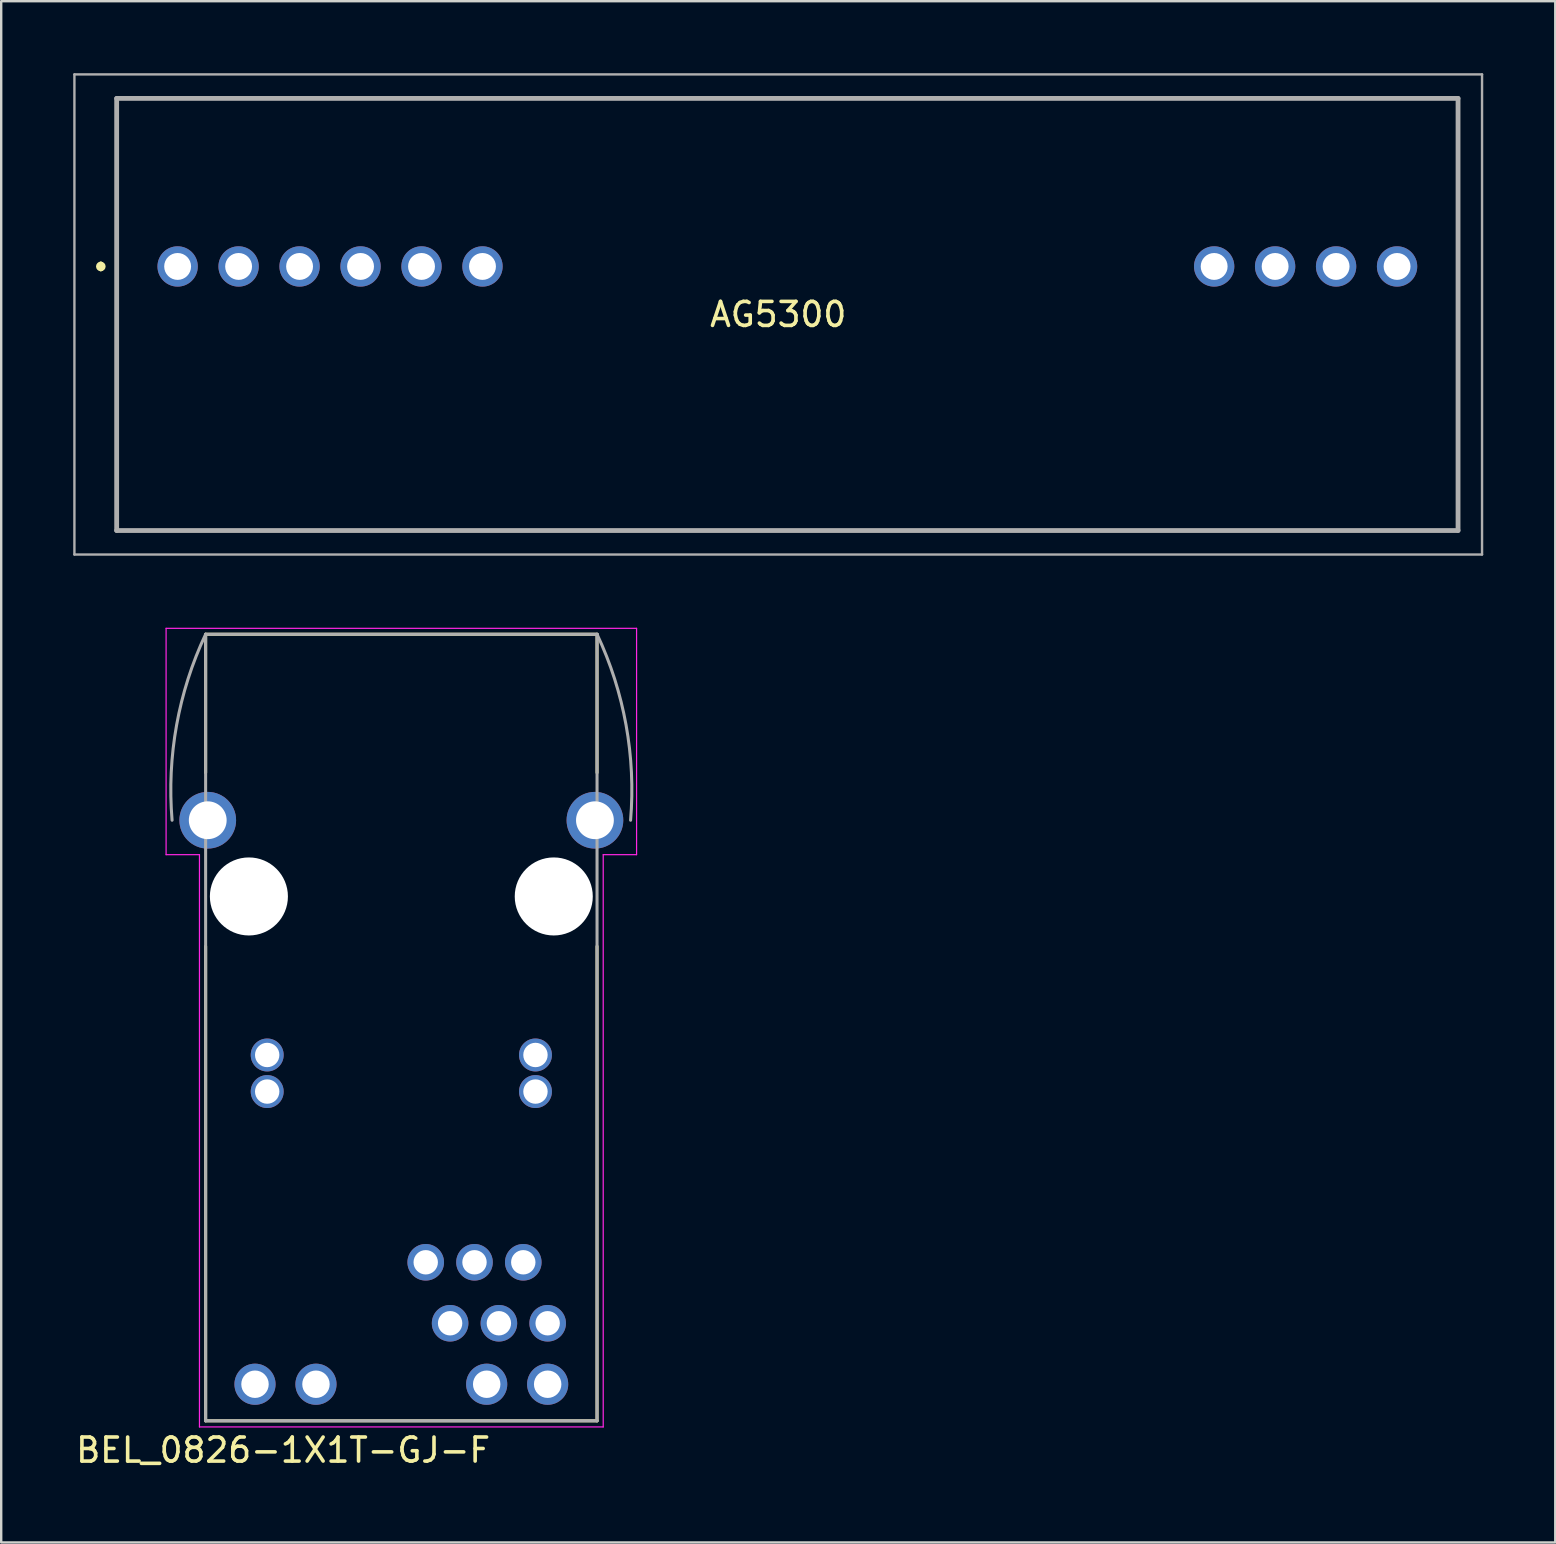
<source format=kicad_pcb>
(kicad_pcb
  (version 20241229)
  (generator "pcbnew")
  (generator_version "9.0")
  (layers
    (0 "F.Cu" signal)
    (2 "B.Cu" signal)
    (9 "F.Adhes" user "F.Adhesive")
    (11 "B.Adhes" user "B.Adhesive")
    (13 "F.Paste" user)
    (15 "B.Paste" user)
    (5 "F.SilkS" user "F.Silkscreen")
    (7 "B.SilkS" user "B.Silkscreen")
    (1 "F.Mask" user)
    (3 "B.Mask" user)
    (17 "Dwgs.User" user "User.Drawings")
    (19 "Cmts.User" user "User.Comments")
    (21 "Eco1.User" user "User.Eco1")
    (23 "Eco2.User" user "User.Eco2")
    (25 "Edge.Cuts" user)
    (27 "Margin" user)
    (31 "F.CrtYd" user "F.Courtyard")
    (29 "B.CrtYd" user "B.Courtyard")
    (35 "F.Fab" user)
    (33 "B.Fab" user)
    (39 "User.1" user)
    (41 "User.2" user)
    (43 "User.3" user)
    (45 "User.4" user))
  (footprint "AG5300"
    (layer "F.Cu")
    (at 29.37 10.05)
    (property "Reference" "AG5300" (at 0 0 0) (layer "F.SilkS") (effects (font (size 1 1) (thickness 0.15))))
    (attr through_hole)
    (fp_line (start -28.22 -2.1) (end -28.22 -2.1) (stroke (width 0.2) (type solid)) (layer "F.SilkS"))
    (fp_line (start -28.22 -1.9) (end -28.22 -1.9) (stroke (width 0.2) (type solid)) (layer "F.SilkS"))
    (fp_line (start -27.56 -9) (end 28.32 -9) (stroke (width 0.1) (type solid)) (layer "F.SilkS"))
    (fp_line (start -27.56 9) (end -27.56 -9) (stroke (width 0.1) (type solid)) (layer "F.SilkS"))
    (fp_line (start 28.32 -9) (end 28.32 9) (stroke (width 0.1) (type solid)) (layer "F.SilkS"))
    (fp_line (start 28.32 9) (end -27.56 9) (stroke (width 0.1) (type solid)) (layer "F.SilkS"))
    (fp_arc (start -28.22 -2.1) (mid -28.12 -2) (end -28.22 -1.9) (stroke (width 0.2) (type solid)) (layer "F.SilkS"))
    (fp_arc (start -28.22 -1.9) (mid -28.32 -2) (end -28.22 -2.1) (stroke (width 0.2) (type solid)) (layer "F.SilkS"))
    (fp_line (start -29.32 -10) (end 29.32 -10) (stroke (width 0.1) (type solid)) (layer "F.Fab"))
    (fp_line (start -29.32 10) (end -29.32 -10) (stroke (width 0.1) (type solid)) (layer "F.Fab"))
    (fp_line (start -27.56 -9) (end 28.32 -9) (stroke (width 0.2) (type solid)) (layer "F.Fab"))
    (fp_line (start -27.56 9) (end -27.56 -9) (stroke (width 0.2) (type solid)) (layer "F.Fab"))
    (fp_line (start 28.32 -9) (end 28.32 9) (stroke (width 0.2) (type solid)) (layer "F.Fab"))
    (fp_line (start 28.32 9) (end -27.56 9) (stroke (width 0.2) (type solid)) (layer "F.Fab"))
    (fp_line (start 29.32 -10) (end 29.32 10) (stroke (width 0.1) (type solid)) (layer "F.Fab"))
    (fp_line (start 29.32 10) (end -29.32 10) (stroke (width 0.1) (type solid)) (layer "F.Fab"))
    (pad "1" thru_hole circle (at -25.02 -2) (size 1.68 1.68) (drill 1.12) (layers "*.Cu" "*.Mask"))
    (pad "2" thru_hole circle (at -22.48 -2) (size 1.68 1.68) (drill 1.12) (layers "*.Cu" "*.Mask"))
    (pad "3" thru_hole circle (at -19.94 -2) (size 1.68 1.68) (drill 1.12) (layers "*.Cu" "*.Mask"))
    (pad "4" thru_hole circle (at -17.4 -2) (size 1.68 1.68) (drill 1.12) (layers "*.Cu" "*.Mask"))
    (pad "5" thru_hole circle (at -14.86 -2) (size 1.68 1.68) (drill 1.12) (layers "*.Cu" "*.Mask"))
    (pad "6" thru_hole circle (at -12.32 -2) (size 1.68 1.68) (drill 1.12) (layers "*.Cu" "*.Mask"))
    (pad "7" thru_hole circle (at 18.16 -2) (size 1.68 1.68) (drill 1.12) (layers "*.Cu" "*.Mask"))
    (pad "8" thru_hole circle (at 20.7 -2) (size 1.68 1.68) (drill 1.12) (layers "*.Cu" "*.Mask"))
    (pad "9" thru_hole circle (at 23.24 -2) (size 1.68 1.68) (drill 1.12) (layers "*.Cu" "*.Mask"))
    (pad "10" thru_hole circle (at 25.78 -2) (size 1.68 1.68) (drill 1.12) (layers "*.Cu" "*.Mask")))
  (footprint "BEL_0826-1X1T-GJ-F"
    (layer "F.Cu")
    (at 13.669 34.295)
    (property "Reference" "BEL_0826-1X1T-GJ-F" (at -4.925 23.065 0) (layer "F.SilkS") (effects (font (size 1 1) (thickness 0.15))))
    (attr through_hole)
    (fp_line (start -8.153 -5.156) (end -8.153 -10.922) (stroke (width 0.127) (type solid)) (layer "F.SilkS"))
    (fp_line (start -8.153 21.844) (end -8.153 2.078) (stroke (width 0.127) (type solid)) (layer "F.SilkS"))
    (fp_line (start -8.153 21.844) (end 8.153 21.844) (stroke (width 0.127) (type solid)) (layer "F.SilkS"))
    (fp_line (start 8.153 -10.922) (end -8.153 -10.922) (stroke (width 0.127) (type solid)) (layer "F.SilkS"))
    (fp_line (start 8.153 -5.156) (end 8.153 -10.922) (stroke (width 0.127) (type solid)) (layer "F.SilkS"))
    (fp_line (start 8.153 21.844) (end 8.153 2.078) (stroke (width 0.127) (type solid)) (layer "F.SilkS"))
    (fp_line (start -9.8 -11.17) (end 9.8 -11.17) (stroke (width 0.05) (type solid)) (layer "F.CrtYd"))
    (fp_line (start -9.8 -1.74) (end -9.8 -11.17) (stroke (width 0.05) (type solid)) (layer "F.CrtYd"))
    (fp_line (start -8.41 -1.74) (end -9.8 -1.74) (stroke (width 0.05) (type solid)) (layer "F.CrtYd"))
    (fp_line (start -8.41 22.1) (end -8.41 -1.74) (stroke (width 0.05) (type solid)) (layer "F.CrtYd"))
    (fp_line (start 8.41 -1.74) (end 8.41 22.1) (stroke (width 0.05) (type solid)) (layer "F.CrtYd"))
    (fp_line (start 8.41 22.1) (end -8.41 22.1) (stroke (width 0.05) (type solid)) (layer "F.CrtYd"))
    (fp_line (start 9.8 -11.17) (end 9.8 -1.74) (stroke (width 0.05) (type solid)) (layer "F.CrtYd"))
    (fp_line (start 9.8 -1.74) (end 8.41 -1.74) (stroke (width 0.05) (type solid)) (layer "F.CrtYd"))
    (fp_line (start -8.153 -10.922) (end -8.153 21.844) (stroke (width 0.127) (type solid)) (layer "F.Fab"))
    (fp_line (start -8.153 21.844) (end 8.153 21.844) (stroke (width 0.127) (type solid)) (layer "F.Fab"))
    (fp_line (start 8.153 -10.922) (end -8.153 -10.922) (stroke (width 0.127) (type solid)) (layer "F.Fab"))
    (fp_line (start 8.153 21.844) (end 8.153 -10.922) (stroke (width 0.127) (type solid)) (layer "F.Fab"))
    (fp_arc (start -9.5504 -3.175) (mid -9.361856 -7.140459) (end -8.1534 -10.922) (stroke (width 0.127) (type solid)) (layer "F.Fab"))
    (fp_arc (start 8.1534 -10.922) (mid 9.361856 -7.140459) (end 9.5504 -3.175) (stroke (width 0.127) (type solid)) (layer "F.Fab"))
    (pad "" np_thru_hole circle (at -6.35 0) (size 3.251 3.251) (drill 3.251) (layers "*.Cu" "*.Mask"))
    (pad "" np_thru_hole circle (at 6.35 0) (size 3.251 3.251) (drill 3.251) (layers "*.Cu" "*.Mask"))
    (pad "4" thru_hole circle (at 1.016 15.24) (size 1.524 1.524) (drill 1.016) (layers "*.Cu" "*.Mask"))
    (pad "5" thru_hole circle (at 3.048 15.24) (size 1.524 1.524) (drill 1.016) (layers "*.Cu" "*.Mask"))
    (pad "6" thru_hole circle (at 5.08 15.24) (size 1.524 1.524) (drill 1.016) (layers "*.Cu" "*.Mask"))
    (pad "10" thru_hole circle (at 2.032 17.78) (size 1.524 1.524) (drill 1.016) (layers "*.Cu" "*.Mask"))
    (pad "11" thru_hole circle (at 4.064 17.78) (size 1.524 1.524) (drill 1.016) (layers "*.Cu" "*.Mask"))
    (pad "12" thru_hole circle (at 6.096 17.78) (size 1.524 1.524) (drill 1.016) (layers "*.Cu" "*.Mask"))
    (pad "13" thru_hole circle (at -5.588 8.128) (size 1.372 1.372) (drill 1.016) (layers "*.Cu" "*.Mask"))
    (pad "14" thru_hole circle (at 5.588 8.128) (size 1.372 1.372) (drill 1.016) (layers "*.Cu" "*.Mask"))
    (pad "15" thru_hole circle (at -5.588 6.604) (size 1.372 1.372) (drill 1.016) (layers "*.Cu" "*.Mask"))
    (pad "16" thru_hole circle (at 5.588 6.604) (size 1.372 1.372) (drill 1.016) (layers "*.Cu" "*.Mask"))
    (pad "17" thru_hole circle (at -6.096 20.32) (size 1.714 1.714) (drill 1.143) (layers "*.Cu" "*.Mask"))
    (pad "18" thru_hole circle (at -3.556 20.32) (size 1.714 1.714) (drill 1.143) (layers "*.Cu" "*.Mask"))
    (pad "19" thru_hole circle (at 3.556 20.32) (size 1.714 1.714) (drill 1.143) (layers "*.Cu" "*.Mask"))
    (pad "20" thru_hole circle (at 6.096 20.32) (size 1.714 1.714) (drill 1.143) (layers "*.Cu" "*.Mask"))
    (pad "S1" thru_hole circle (at -8.065 -3.175) (size 2.362 2.362) (drill 1.575) (layers "*.Cu" "*.Mask"))
    (pad "S2" thru_hole circle (at 8.065 -3.175) (size 2.362 2.362) (drill 1.575) (layers "*.Cu" "*.Mask"))
    (zone (net_name "") (layer "F.Cu") (hatch full 0.508) (connect_pads) (min_thickness 0.01) (filled_areas_thickness no) (keepout (tracks allowed) (vias allowed) (pads allowed) (copperpour not_allowed) (footprints allowed)) (placement (enabled no)) (fill) (polygon (pts (xy 4.754 30.282) (xy 7.675 30.282) (xy 7.675 26.421) (xy 19.663 26.421) (xy 19.663 30.282) (xy 22.584 30.282) (xy 22.584 23.373) (xy 4.754 23.373))))
    (zone (net_name "") (layers "F.Cu" "B.Cu") (hatch full 0.508) (connect_pads) (min_thickness 0.01) (filled_areas_thickness no) (keepout (tracks allowed) (vias allowed) (pads allowed) (copperpour not_allowed) (footprints allowed)) (placement (enabled no)) (fill) (polygon (pts (xy 4.754 30.282) (xy 7.675 30.282) (xy 7.675 26.421) (xy 19.663 26.421) (xy 19.663 30.282) (xy 22.584 30.282) (xy 22.584 23.373) (xy 4.754 23.373)))))
  (gr_rect
    (start -3 -3)
    (end 61.74 61.208)
    (stroke (width 0.1) (type default))
    (fill no)
    (layer "Edge.Cuts")))
</source>
